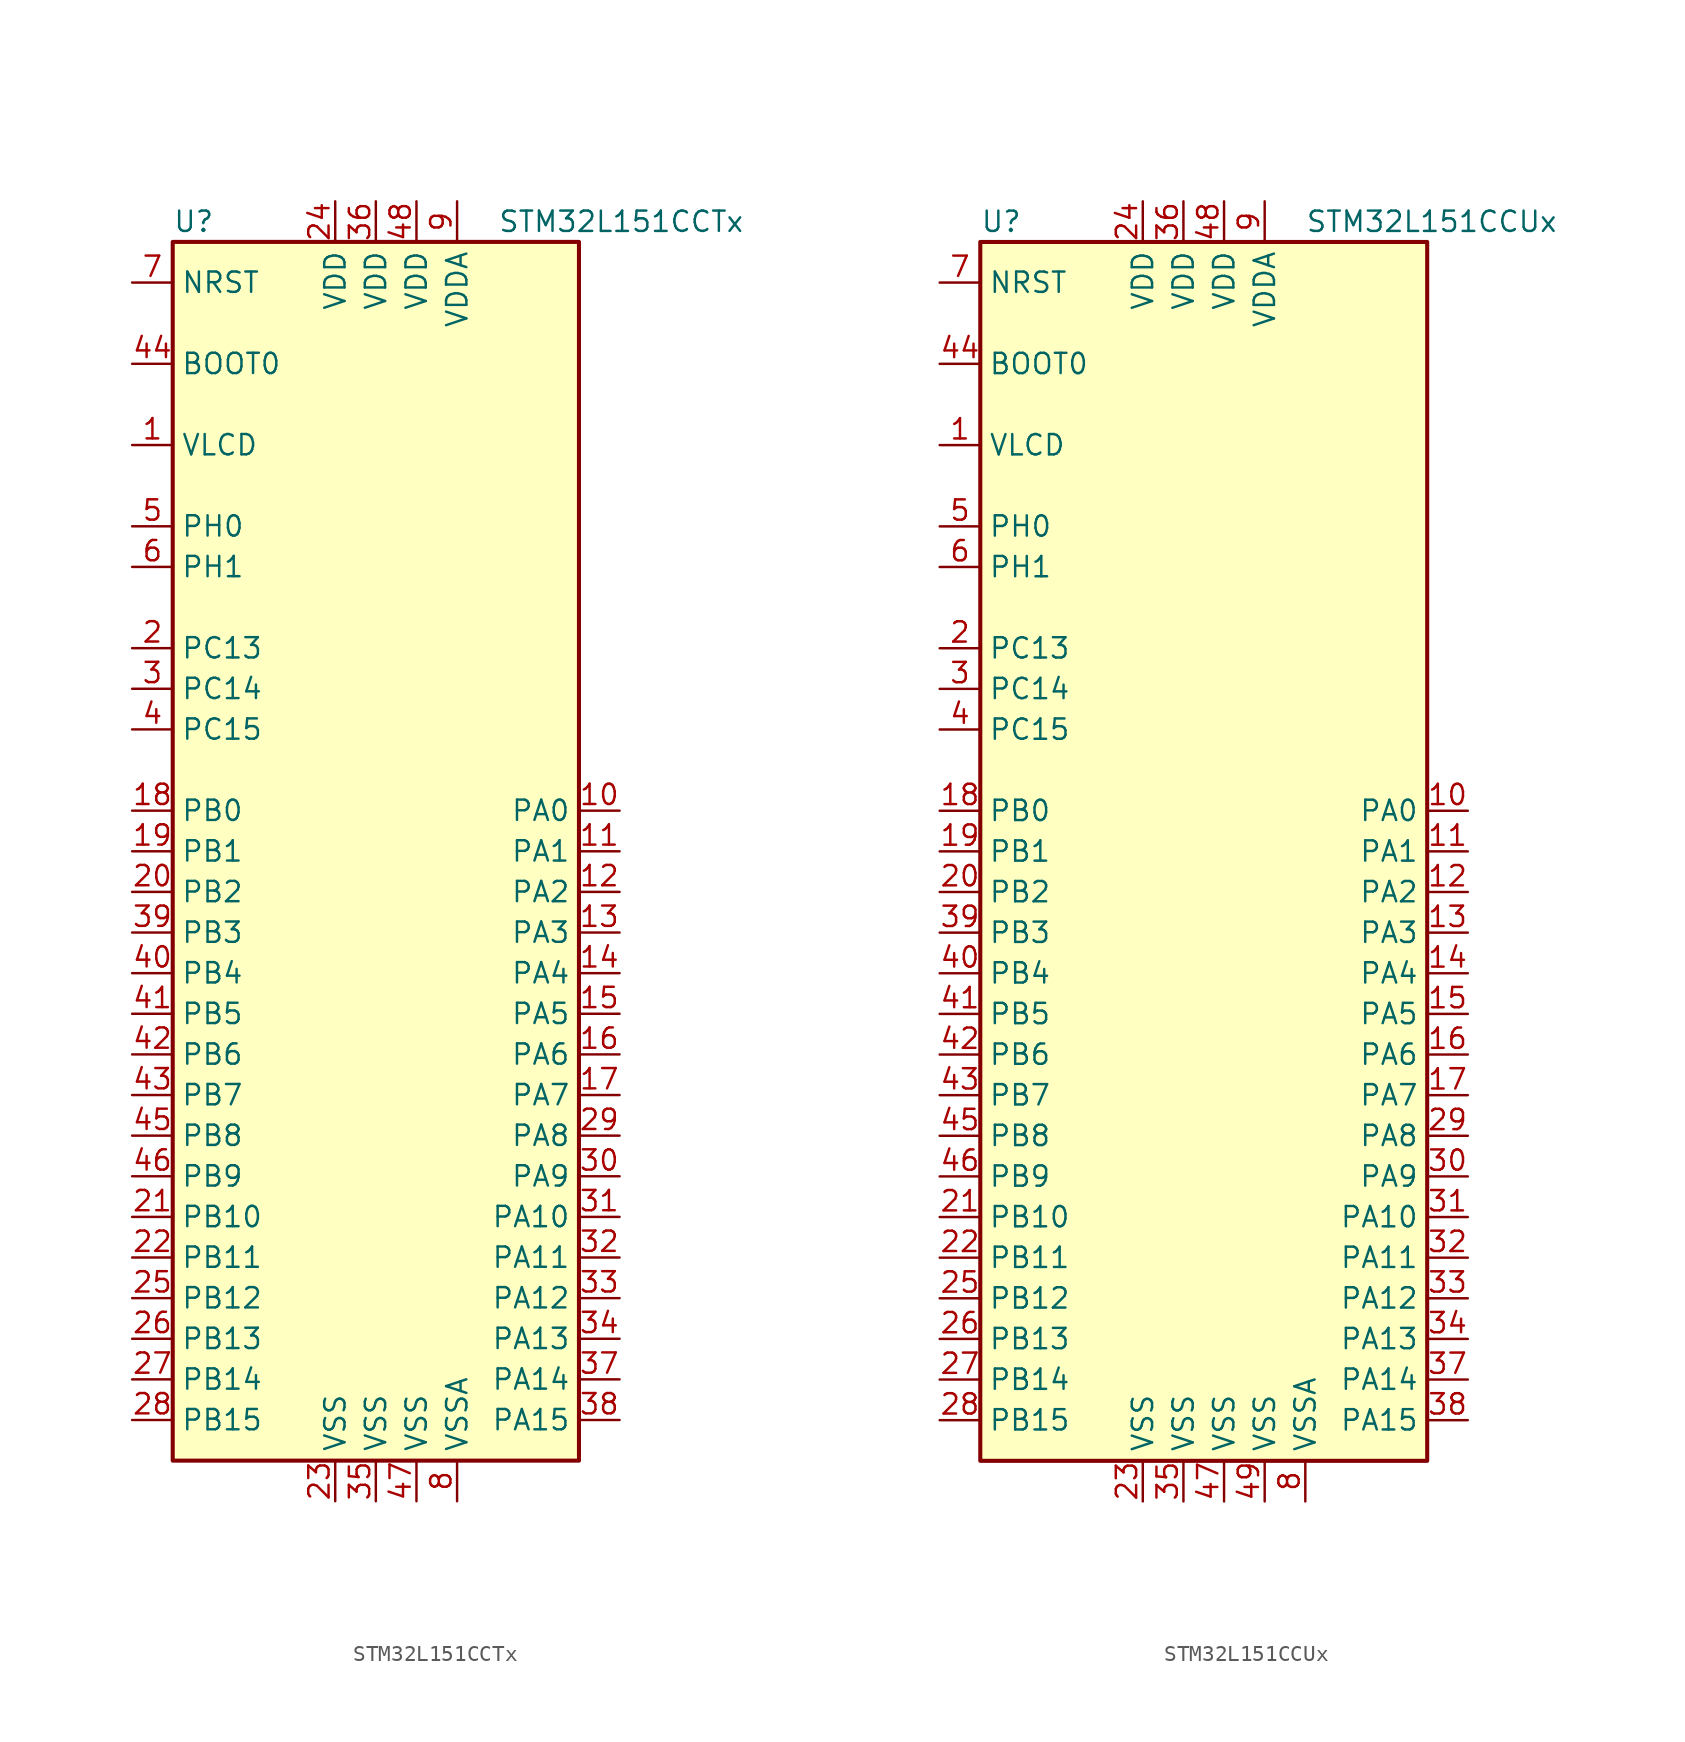
<source format=kicad_sym>
(kicad_symbol_lib
  (version 20211014)
  (generator kicad_symbol_editor)
  (symbol "STM32L151CCTx"
    (property "Reference" "U"
      (at -12.7 39.37 0)
      (effects (font (size 1.27 1.27)) (justify left)))
    (property "Value" "STM32L151CCTx"
      (at 7.62 39.37 0)
      (effects (font (size 1.27 1.27)) (justify left)))
    (symbol "STM32L151CCTx_0_1"
      (rectangle (start -12.7 -38.1) (end 12.7 38.1) (stroke (width 0.254) (type default) (color 0 0 0 0)) (fill (type background))))
    (symbol "STM32L151CCTx_1_1"
      (pin power_in line (at -15.24 25.4 0) (length 2.54) (name "VLCD" (effects (font (size 1.27 1.27)))) (number "1" (effects (font (size 1.27 1.27)))))
      (pin bidirectional line (at 15.24 2.54 180) (length 2.54) (name "PA0" (effects (font (size 1.27 1.27)))) (number "10" (effects (font (size 1.27 1.27)))))
      (pin bidirectional line (at 15.24 0 180) (length 2.54) (name "PA1" (effects (font (size 1.27 1.27)))) (number "11" (effects (font (size 1.27 1.27)))))
      (pin bidirectional line (at 15.24 -2.54 180) (length 2.54) (name "PA2" (effects (font (size 1.27 1.27)))) (number "12" (effects (font (size 1.27 1.27)))))
      (pin bidirectional line (at 15.24 -5.08 180) (length 2.54) (name "PA3" (effects (font (size 1.27 1.27)))) (number "13" (effects (font (size 1.27 1.27)))))
      (pin bidirectional line (at 15.24 -7.62 180) (length 2.54) (name "PA4" (effects (font (size 1.27 1.27)))) (number "14" (effects (font (size 1.27 1.27)))))
      (pin bidirectional line (at 15.24 -10.16 180) (length 2.54) (name "PA5" (effects (font (size 1.27 1.27)))) (number "15" (effects (font (size 1.27 1.27)))))
      (pin bidirectional line (at 15.24 -12.7 180) (length 2.54) (name "PA6" (effects (font (size 1.27 1.27)))) (number "16" (effects (font (size 1.27 1.27)))))
      (pin bidirectional line (at 15.24 -15.24 180) (length 2.54) (name "PA7" (effects (font (size 1.27 1.27)))) (number "17" (effects (font (size 1.27 1.27)))))
      (pin bidirectional line (at -15.24 2.54 0) (length 2.54) (name "PB0" (effects (font (size 1.27 1.27)))) (number "18" (effects (font (size 1.27 1.27)))))
      (pin bidirectional line (at -15.24 0 0) (length 2.54) (name "PB1" (effects (font (size 1.27 1.27)))) (number "19" (effects (font (size 1.27 1.27)))))
      (pin bidirectional line (at -15.24 12.7 0) (length 2.54) (name "PC13" (effects (font (size 1.27 1.27)))) (number "2" (effects (font (size 1.27 1.27)))))
      (pin bidirectional line (at -15.24 -2.54 0) (length 2.54) (name "PB2" (effects (font (size 1.27 1.27)))) (number "20" (effects (font (size 1.27 1.27)))))
      (pin bidirectional line (at -15.24 -22.86 0) (length 2.54) (name "PB10" (effects (font (size 1.27 1.27)))) (number "21" (effects (font (size 1.27 1.27)))))
      (pin bidirectional line (at -15.24 -25.4 0) (length 2.54) (name "PB11" (effects (font (size 1.27 1.27)))) (number "22" (effects (font (size 1.27 1.27)))))
      (pin power_in line (at -2.54 -40.64 90) (length 2.54) (name "VSS" (effects (font (size 1.27 1.27)))) (number "23" (effects (font (size 1.27 1.27)))))
      (pin power_in line (at -2.54 40.64 270) (length 2.54) (name "VDD" (effects (font (size 1.27 1.27)))) (number "24" (effects (font (size 1.27 1.27)))))
      (pin bidirectional line (at -15.24 -27.94 0) (length 2.54) (name "PB12" (effects (font (size 1.27 1.27)))) (number "25" (effects (font (size 1.27 1.27)))))
      (pin bidirectional line (at -15.24 -30.48 0) (length 2.54) (name "PB13" (effects (font (size 1.27 1.27)))) (number "26" (effects (font (size 1.27 1.27)))))
      (pin bidirectional line (at -15.24 -33.02 0) (length 2.54) (name "PB14" (effects (font (size 1.27 1.27)))) (number "27" (effects (font (size 1.27 1.27)))))
      (pin bidirectional line (at -15.24 -35.56 0) (length 2.54) (name "PB15" (effects (font (size 1.27 1.27)))) (number "28" (effects (font (size 1.27 1.27)))))
      (pin bidirectional line (at 15.24 -17.78 180) (length 2.54) (name "PA8" (effects (font (size 1.27 1.27)))) (number "29" (effects (font (size 1.27 1.27)))))
      (pin bidirectional line (at -15.24 10.16 0) (length 2.54) (name "PC14" (effects (font (size 1.27 1.27)))) (number "3" (effects (font (size 1.27 1.27)))))
      (pin bidirectional line (at 15.24 -20.32 180) (length 2.54) (name "PA9" (effects (font (size 1.27 1.27)))) (number "30" (effects (font (size 1.27 1.27)))))
      (pin bidirectional line (at 15.24 -22.86 180) (length 2.54) (name "PA10" (effects (font (size 1.27 1.27)))) (number "31" (effects (font (size 1.27 1.27)))))
      (pin bidirectional line (at 15.24 -25.4 180) (length 2.54) (name "PA11" (effects (font (size 1.27 1.27)))) (number "32" (effects (font (size 1.27 1.27)))))
      (pin bidirectional line (at 15.24 -27.94 180) (length 2.54) (name "PA12" (effects (font (size 1.27 1.27)))) (number "33" (effects (font (size 1.27 1.27)))))
      (pin bidirectional line (at 15.24 -30.48 180) (length 2.54) (name "PA13" (effects (font (size 1.27 1.27)))) (number "34" (effects (font (size 1.27 1.27)))))
      (pin power_in line (at 0 -40.64 90) (length 2.54) (name "VSS" (effects (font (size 1.27 1.27)))) (number "35" (effects (font (size 1.27 1.27)))))
      (pin power_in line (at 0 40.64 270) (length 2.54) (name "VDD" (effects (font (size 1.27 1.27)))) (number "36" (effects (font (size 1.27 1.27)))))
      (pin bidirectional line (at 15.24 -33.02 180) (length 2.54) (name "PA14" (effects (font (size 1.27 1.27)))) (number "37" (effects (font (size 1.27 1.27)))))
      (pin bidirectional line (at 15.24 -35.56 180) (length 2.54) (name "PA15" (effects (font (size 1.27 1.27)))) (number "38" (effects (font (size 1.27 1.27)))))
      (pin bidirectional line (at -15.24 -5.08 0) (length 2.54) (name "PB3" (effects (font (size 1.27 1.27)))) (number "39" (effects (font (size 1.27 1.27)))))
      (pin bidirectional line (at -15.24 7.62 0) (length 2.54) (name "PC15" (effects (font (size 1.27 1.27)))) (number "4" (effects (font (size 1.27 1.27)))))
      (pin bidirectional line (at -15.24 -7.62 0) (length 2.54) (name "PB4" (effects (font (size 1.27 1.27)))) (number "40" (effects (font (size 1.27 1.27)))))
      (pin bidirectional line (at -15.24 -10.16 0) (length 2.54) (name "PB5" (effects (font (size 1.27 1.27)))) (number "41" (effects (font (size 1.27 1.27)))))
      (pin bidirectional line (at -15.24 -12.7 0) (length 2.54) (name "PB6" (effects (font (size 1.27 1.27)))) (number "42" (effects (font (size 1.27 1.27)))))
      (pin bidirectional line (at -15.24 -15.24 0) (length 2.54) (name "PB7" (effects (font (size 1.27 1.27)))) (number "43" (effects (font (size 1.27 1.27)))))
      (pin input line (at -15.24 30.48 0) (length 2.54) (name "BOOT0" (effects (font (size 1.27 1.27)))) (number "44" (effects (font (size 1.27 1.27)))))
      (pin bidirectional line (at -15.24 -17.78 0) (length 2.54) (name "PB8" (effects (font (size 1.27 1.27)))) (number "45" (effects (font (size 1.27 1.27)))))
      (pin bidirectional line (at -15.24 -20.32 0) (length 2.54) (name "PB9" (effects (font (size 1.27 1.27)))) (number "46" (effects (font (size 1.27 1.27)))))
      (pin power_in line (at 2.54 -40.64 90) (length 2.54) (name "VSS" (effects (font (size 1.27 1.27)))) (number "47" (effects (font (size 1.27 1.27)))))
      (pin power_in line (at 2.54 40.64 270) (length 2.54) (name "VDD" (effects (font (size 1.27 1.27)))) (number "48" (effects (font (size 1.27 1.27)))))
      (pin input line (at -15.24 20.32 0) (length 2.54) (name "PH0" (effects (font (size 1.27 1.27)))) (number "5" (effects (font (size 1.27 1.27)))))
      (pin input line (at -15.24 17.78 0) (length 2.54) (name "PH1" (effects (font (size 1.27 1.27)))) (number "6" (effects (font (size 1.27 1.27)))))
      (pin input line (at -15.24 35.56 0) (length 2.54) (name "NRST" (effects (font (size 1.27 1.27)))) (number "7" (effects (font (size 1.27 1.27)))))
      (pin power_in line (at 5.08 -40.64 90) (length 2.54) (name "VSSA" (effects (font (size 1.27 1.27)))) (number "8" (effects (font (size 1.27 1.27)))))
      (pin power_in line (at 5.08 40.64 270) (length 2.54) (name "VDDA" (effects (font (size 1.27 1.27)))) (number "9" (effects (font (size 1.27 1.27)))))))
  (symbol "STM32L151CCUx"
    (property "Reference" "U"
      (at -15.24 39.37 0)
      (effects (font (size 1.27 1.27)) (justify left)))
    (property "Value" "STM32L151CCUx"
      (at 5.08 39.37 0)
      (effects (font (size 1.27 1.27)) (justify left)))
    (symbol "STM32L151CCUx_0_1"
      (rectangle (start -15.24 -38.1) (end 12.7 38.1) (stroke (width 0.254) (type default) (color 0 0 0 0)) (fill (type background))))
    (symbol "STM32L151CCUx_1_1"
      (pin power_in line (at -17.78 25.4 0) (length 2.54) (name "VLCD" (effects (font (size 1.27 1.27)))) (number "1" (effects (font (size 1.27 1.27)))))
      (pin bidirectional line (at 15.24 2.54 180) (length 2.54) (name "PA0" (effects (font (size 1.27 1.27)))) (number "10" (effects (font (size 1.27 1.27)))))
      (pin bidirectional line (at 15.24 0 180) (length 2.54) (name "PA1" (effects (font (size 1.27 1.27)))) (number "11" (effects (font (size 1.27 1.27)))))
      (pin bidirectional line (at 15.24 -2.54 180) (length 2.54) (name "PA2" (effects (font (size 1.27 1.27)))) (number "12" (effects (font (size 1.27 1.27)))))
      (pin bidirectional line (at 15.24 -5.08 180) (length 2.54) (name "PA3" (effects (font (size 1.27 1.27)))) (number "13" (effects (font (size 1.27 1.27)))))
      (pin bidirectional line (at 15.24 -7.62 180) (length 2.54) (name "PA4" (effects (font (size 1.27 1.27)))) (number "14" (effects (font (size 1.27 1.27)))))
      (pin bidirectional line (at 15.24 -10.16 180) (length 2.54) (name "PA5" (effects (font (size 1.27 1.27)))) (number "15" (effects (font (size 1.27 1.27)))))
      (pin bidirectional line (at 15.24 -12.7 180) (length 2.54) (name "PA6" (effects (font (size 1.27 1.27)))) (number "16" (effects (font (size 1.27 1.27)))))
      (pin bidirectional line (at 15.24 -15.24 180) (length 2.54) (name "PA7" (effects (font (size 1.27 1.27)))) (number "17" (effects (font (size 1.27 1.27)))))
      (pin bidirectional line (at -17.78 2.54 0) (length 2.54) (name "PB0" (effects (font (size 1.27 1.27)))) (number "18" (effects (font (size 1.27 1.27)))))
      (pin bidirectional line (at -17.78 0 0) (length 2.54) (name "PB1" (effects (font (size 1.27 1.27)))) (number "19" (effects (font (size 1.27 1.27)))))
      (pin bidirectional line (at -17.78 12.7 0) (length 2.54) (name "PC13" (effects (font (size 1.27 1.27)))) (number "2" (effects (font (size 1.27 1.27)))))
      (pin bidirectional line (at -17.78 -2.54 0) (length 2.54) (name "PB2" (effects (font (size 1.27 1.27)))) (number "20" (effects (font (size 1.27 1.27)))))
      (pin bidirectional line (at -17.78 -22.86 0) (length 2.54) (name "PB10" (effects (font (size 1.27 1.27)))) (number "21" (effects (font (size 1.27 1.27)))))
      (pin bidirectional line (at -17.78 -25.4 0) (length 2.54) (name "PB11" (effects (font (size 1.27 1.27)))) (number "22" (effects (font (size 1.27 1.27)))))
      (pin power_in line (at -5.08 -40.64 90) (length 2.54) (name "VSS" (effects (font (size 1.27 1.27)))) (number "23" (effects (font (size 1.27 1.27)))))
      (pin power_in line (at -5.08 40.64 270) (length 2.54) (name "VDD" (effects (font (size 1.27 1.27)))) (number "24" (effects (font (size 1.27 1.27)))))
      (pin bidirectional line (at -17.78 -27.94 0) (length 2.54) (name "PB12" (effects (font (size 1.27 1.27)))) (number "25" (effects (font (size 1.27 1.27)))))
      (pin bidirectional line (at -17.78 -30.48 0) (length 2.54) (name "PB13" (effects (font (size 1.27 1.27)))) (number "26" (effects (font (size 1.27 1.27)))))
      (pin bidirectional line (at -17.78 -33.02 0) (length 2.54) (name "PB14" (effects (font (size 1.27 1.27)))) (number "27" (effects (font (size 1.27 1.27)))))
      (pin bidirectional line (at -17.78 -35.56 0) (length 2.54) (name "PB15" (effects (font (size 1.27 1.27)))) (number "28" (effects (font (size 1.27 1.27)))))
      (pin bidirectional line (at 15.24 -17.78 180) (length 2.54) (name "PA8" (effects (font (size 1.27 1.27)))) (number "29" (effects (font (size 1.27 1.27)))))
      (pin bidirectional line (at -17.78 10.16 0) (length 2.54) (name "PC14" (effects (font (size 1.27 1.27)))) (number "3" (effects (font (size 1.27 1.27)))))
      (pin bidirectional line (at 15.24 -20.32 180) (length 2.54) (name "PA9" (effects (font (size 1.27 1.27)))) (number "30" (effects (font (size 1.27 1.27)))))
      (pin bidirectional line (at 15.24 -22.86 180) (length 2.54) (name "PA10" (effects (font (size 1.27 1.27)))) (number "31" (effects (font (size 1.27 1.27)))))
      (pin bidirectional line (at 15.24 -25.4 180) (length 2.54) (name "PA11" (effects (font (size 1.27 1.27)))) (number "32" (effects (font (size 1.27 1.27)))))
      (pin bidirectional line (at 15.24 -27.94 180) (length 2.54) (name "PA12" (effects (font (size 1.27 1.27)))) (number "33" (effects (font (size 1.27 1.27)))))
      (pin bidirectional line (at 15.24 -30.48 180) (length 2.54) (name "PA13" (effects (font (size 1.27 1.27)))) (number "34" (effects (font (size 1.27 1.27)))))
      (pin power_in line (at -2.54 -40.64 90) (length 2.54) (name "VSS" (effects (font (size 1.27 1.27)))) (number "35" (effects (font (size 1.27 1.27)))))
      (pin power_in line (at -2.54 40.64 270) (length 2.54) (name "VDD" (effects (font (size 1.27 1.27)))) (number "36" (effects (font (size 1.27 1.27)))))
      (pin bidirectional line (at 15.24 -33.02 180) (length 2.54) (name "PA14" (effects (font (size 1.27 1.27)))) (number "37" (effects (font (size 1.27 1.27)))))
      (pin bidirectional line (at 15.24 -35.56 180) (length 2.54) (name "PA15" (effects (font (size 1.27 1.27)))) (number "38" (effects (font (size 1.27 1.27)))))
      (pin bidirectional line (at -17.78 -5.08 0) (length 2.54) (name "PB3" (effects (font (size 1.27 1.27)))) (number "39" (effects (font (size 1.27 1.27)))))
      (pin bidirectional line (at -17.78 7.62 0) (length 2.54) (name "PC15" (effects (font (size 1.27 1.27)))) (number "4" (effects (font (size 1.27 1.27)))))
      (pin bidirectional line (at -17.78 -7.62 0) (length 2.54) (name "PB4" (effects (font (size 1.27 1.27)))) (number "40" (effects (font (size 1.27 1.27)))))
      (pin bidirectional line (at -17.78 -10.16 0) (length 2.54) (name "PB5" (effects (font (size 1.27 1.27)))) (number "41" (effects (font (size 1.27 1.27)))))
      (pin bidirectional line (at -17.78 -12.7 0) (length 2.54) (name "PB6" (effects (font (size 1.27 1.27)))) (number "42" (effects (font (size 1.27 1.27)))))
      (pin bidirectional line (at -17.78 -15.24 0) (length 2.54) (name "PB7" (effects (font (size 1.27 1.27)))) (number "43" (effects (font (size 1.27 1.27)))))
      (pin input line (at -17.78 30.48 0) (length 2.54) (name "BOOT0" (effects (font (size 1.27 1.27)))) (number "44" (effects (font (size 1.27 1.27)))))
      (pin bidirectional line (at -17.78 -17.78 0) (length 2.54) (name "PB8" (effects (font (size 1.27 1.27)))) (number "45" (effects (font (size 1.27 1.27)))))
      (pin bidirectional line (at -17.78 -20.32 0) (length 2.54) (name "PB9" (effects (font (size 1.27 1.27)))) (number "46" (effects (font (size 1.27 1.27)))))
      (pin power_in line (at 0 -40.64 90) (length 2.54) (name "VSS" (effects (font (size 1.27 1.27)))) (number "47" (effects (font (size 1.27 1.27)))))
      (pin power_in line (at 0 40.64 270) (length 2.54) (name "VDD" (effects (font (size 1.27 1.27)))) (number "48" (effects (font (size 1.27 1.27)))))
      (pin power_in line (at 2.54 -40.64 90) (length 2.54) (name "VSS" (effects (font (size 1.27 1.27)))) (number "49" (effects (font (size 1.27 1.27)))))
      (pin input line (at -17.78 20.32 0) (length 2.54) (name "PH0" (effects (font (size 1.27 1.27)))) (number "5" (effects (font (size 1.27 1.27)))))
      (pin input line (at -17.78 17.78 0) (length 2.54) (name "PH1" (effects (font (size 1.27 1.27)))) (number "6" (effects (font (size 1.27 1.27)))))
      (pin input line (at -17.78 35.56 0) (length 2.54) (name "NRST" (effects (font (size 1.27 1.27)))) (number "7" (effects (font (size 1.27 1.27)))))
      (pin power_in line (at 5.08 -40.64 90) (length 2.54) (name "VSSA" (effects (font (size 1.27 1.27)))) (number "8" (effects (font (size 1.27 1.27)))))
      (pin power_in line (at 2.54 40.64 270) (length 2.54) (name "VDDA" (effects (font (size 1.27 1.27)))) (number "9" (effects (font (size 1.27 1.27))))))))
</source>
